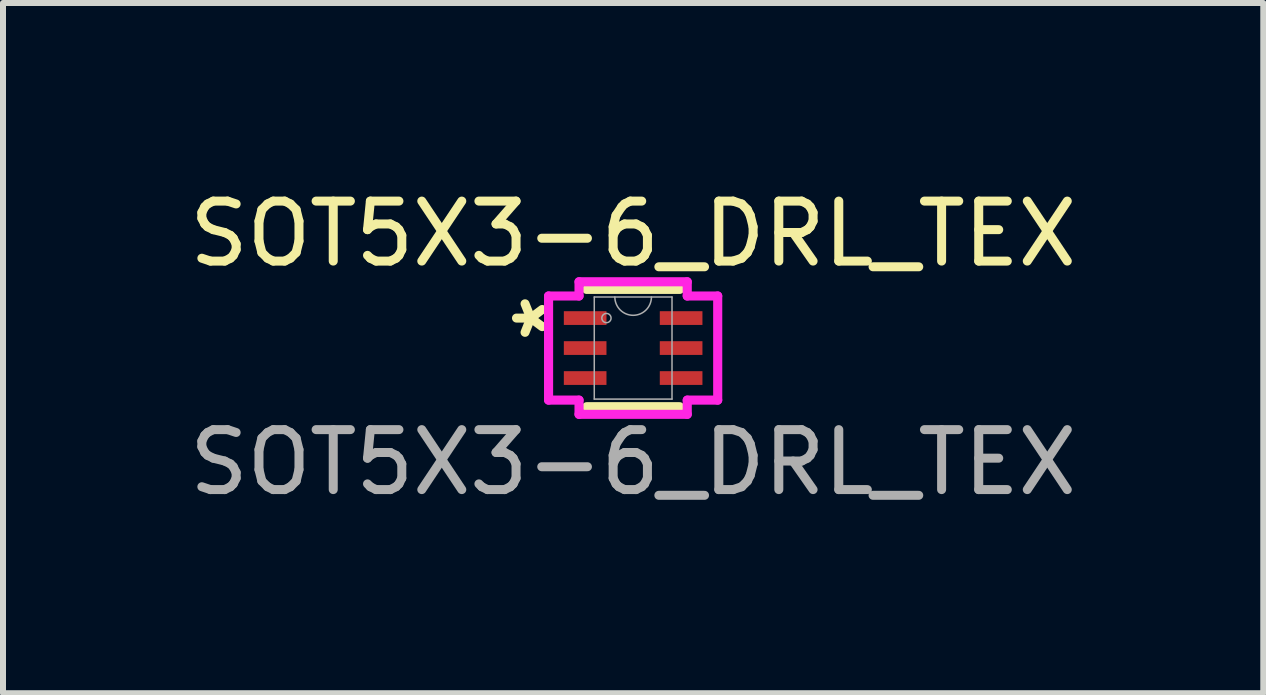
<source format=kicad_pcb>
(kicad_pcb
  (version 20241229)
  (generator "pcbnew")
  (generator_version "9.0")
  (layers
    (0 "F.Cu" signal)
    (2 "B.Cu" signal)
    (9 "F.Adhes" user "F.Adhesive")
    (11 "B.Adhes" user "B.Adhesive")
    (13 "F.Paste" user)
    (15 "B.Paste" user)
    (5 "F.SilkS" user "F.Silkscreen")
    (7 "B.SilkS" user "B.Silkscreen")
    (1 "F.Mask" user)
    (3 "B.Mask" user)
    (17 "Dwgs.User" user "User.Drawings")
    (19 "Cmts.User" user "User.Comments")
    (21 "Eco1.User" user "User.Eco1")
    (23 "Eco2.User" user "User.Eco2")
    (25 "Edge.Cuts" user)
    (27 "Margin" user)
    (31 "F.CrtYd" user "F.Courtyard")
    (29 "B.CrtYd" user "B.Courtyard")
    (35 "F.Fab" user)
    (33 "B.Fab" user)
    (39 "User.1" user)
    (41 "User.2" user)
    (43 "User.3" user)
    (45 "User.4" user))
  (footprint "SOT5X3-6_DRL_TEX"
    (layer "F.Cu")
    (at 7.506 2.753)
    (property "Reference" "SOT5X3-6_DRL_TEX" (at 0 -1.905 0) (unlocked yes) (layer "F.SilkS") (effects (font (size 1 1) (thickness 0.15))))
    (attr smd)
    (fp_line (start -0.775 0.978) (end 0.775 0.978) (stroke (width 0.152) (type solid)) (layer "F.SilkS"))
    (fp_line (start 0.775 -0.978) (end -0.775 -0.978) (stroke (width 0.152) (type solid)) (layer "F.SilkS"))
    (fp_line (start -1.41 -0.868) (end -0.902 -0.868) (stroke (width 0.152) (type solid)) (layer "F.CrtYd"))
    (fp_line (start -1.41 0.868) (end -1.41 -0.868) (stroke (width 0.152) (type solid)) (layer "F.CrtYd"))
    (fp_line (start -1.41 0.868) (end -0.902 0.868) (stroke (width 0.152) (type solid)) (layer "F.CrtYd"))
    (fp_line (start -0.902 -1.105) (end 0.902 -1.105) (stroke (width 0.152) (type solid)) (layer "F.CrtYd"))
    (fp_line (start -0.902 -0.868) (end -0.902 -1.105) (stroke (width 0.152) (type solid)) (layer "F.CrtYd"))
    (fp_line (start -0.902 1.105) (end -0.902 0.868) (stroke (width 0.152) (type solid)) (layer "F.CrtYd"))
    (fp_line (start 0.902 -1.105) (end 0.902 -0.868) (stroke (width 0.152) (type solid)) (layer "F.CrtYd"))
    (fp_line (start 0.902 0.868) (end 0.902 1.105) (stroke (width 0.152) (type solid)) (layer "F.CrtYd"))
    (fp_line (start 0.902 1.105) (end -0.902 1.105) (stroke (width 0.152) (type solid)) (layer "F.CrtYd"))
    (fp_line (start 1.41 -0.868) (end 0.902 -0.868) (stroke (width 0.152) (type solid)) (layer "F.CrtYd"))
    (fp_line (start 1.41 -0.868) (end 1.41 0.868) (stroke (width 0.152) (type solid)) (layer "F.CrtYd"))
    (fp_line (start 1.41 0.868) (end 0.902 0.868) (stroke (width 0.152) (type solid)) (layer "F.CrtYd"))
    (fp_line (start -0.648 -0.851) (end -0.648 0.851) (stroke (width 0.025) (type solid)) (layer "F.Fab"))
    (fp_line (start -0.648 0.851) (end 0.648 0.851) (stroke (width 0.025) (type solid)) (layer "F.Fab"))
    (fp_line (start 0.648 -0.851) (end -0.648 -0.851) (stroke (width 0.025) (type solid)) (layer "F.Fab"))
    (fp_line (start 0.648 0.851) (end 0.648 -0.851) (stroke (width 0.025) (type solid)) (layer "F.Fab"))
    (fp_arc (start 0.3048 -0.8509) (mid 0 -0.5461) (end -0.3048 -0.8509) (stroke (width 0.0254) (type solid)) (layer "F.Fab"))
    (fp_circle (center -0.445 -0.5) (end -0.368 -0.5) (stroke (width 0.025) (type solid)) (fill no) (layer "F.Fab"))
    (fp_text user "*" (at -1.4 -0.5 90) (unlocked yes) (layer "F.SilkS") (effects (font (size 1 1) (thickness 0.15))))
    (fp_text user "${REFERENCE}" (at 0 1.905 0) (unlocked yes) (layer "F.Fab") (effects (font (size 1 1) (thickness 0.15))))
    (pad "1" smd rect (at -0.8 -0.5) (size 0.711 0.229) (layers "F.Cu" "F.Mask" "F.Paste"))
    (pad "2" smd rect (at -0.8 0) (size 0.711 0.229) (layers "F.Cu" "F.Mask" "F.Paste"))
    (pad "3" smd rect (at -0.8 0.5) (size 0.711 0.229) (layers "F.Cu" "F.Mask" "F.Paste"))
    (pad "4" smd rect (at 0.8 0.5) (size 0.711 0.229) (layers "F.Cu" "F.Mask" "F.Paste"))
    (pad "5" smd rect (at 0.8 0) (size 0.711 0.229) (layers "F.Cu" "F.Mask" "F.Paste"))
    (pad "6" smd rect (at 0.8 -0.5) (size 0.711 0.229) (layers "F.Cu" "F.Mask" "F.Paste")))
  (gr_rect
    (start -3 -3)
    (end 18.012 8.507)
    (stroke (width 0.1) (type default))
    (fill no)
    (layer "Edge.Cuts")))
</source>
